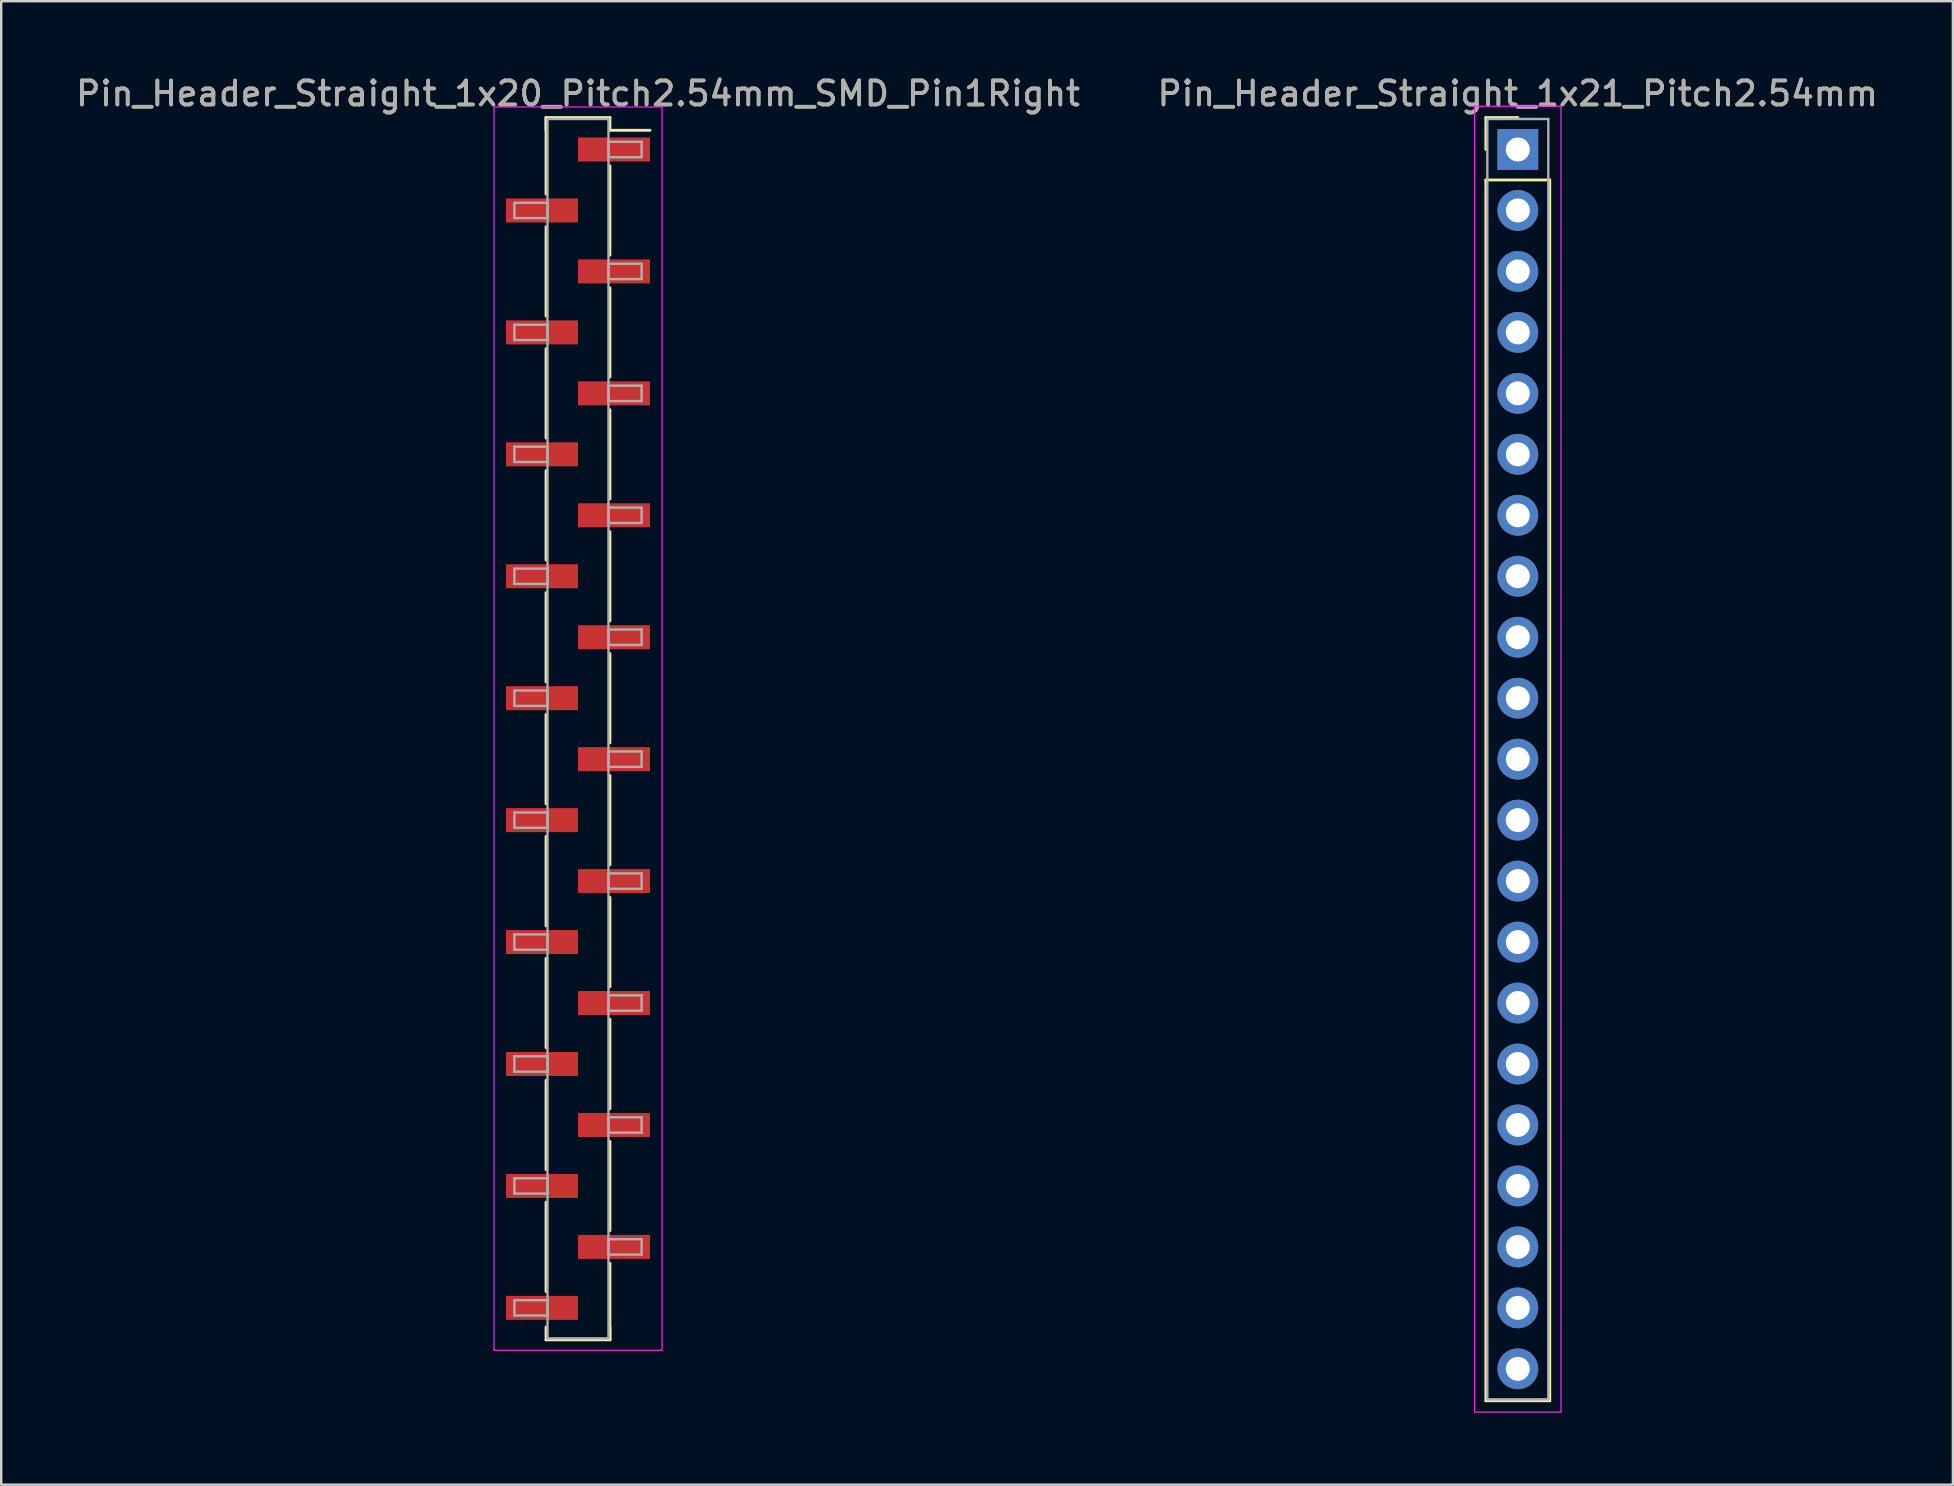
<source format=kicad_pcb>
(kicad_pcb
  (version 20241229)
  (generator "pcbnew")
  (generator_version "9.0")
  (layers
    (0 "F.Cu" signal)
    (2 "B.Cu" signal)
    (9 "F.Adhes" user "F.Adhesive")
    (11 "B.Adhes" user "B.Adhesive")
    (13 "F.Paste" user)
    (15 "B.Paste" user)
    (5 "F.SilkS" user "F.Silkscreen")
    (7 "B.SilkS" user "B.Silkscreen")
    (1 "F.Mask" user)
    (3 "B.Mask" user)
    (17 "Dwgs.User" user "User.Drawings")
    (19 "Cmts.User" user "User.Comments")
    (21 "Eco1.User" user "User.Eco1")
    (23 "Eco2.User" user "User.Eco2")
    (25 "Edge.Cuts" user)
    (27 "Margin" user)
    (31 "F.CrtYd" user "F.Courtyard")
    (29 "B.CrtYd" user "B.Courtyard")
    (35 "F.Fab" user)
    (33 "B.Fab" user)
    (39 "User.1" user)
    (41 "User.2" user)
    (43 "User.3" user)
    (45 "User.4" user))
  (footprint "Pin_Header_Straight_1x21_Pitch2.54mm"
    (layer "F.Cu")
    (at 60.185 3.178)
    (property "Reference" "Pin_Header_Straight_1x21_Pitch2.54mm" (at 0 -2.33 0) (layer "F.SilkS") (effects (font (size 1 1) (thickness 0.15))))
    (attr through_hole)
    (fp_line (start -1.33 -1.33) (end 0 -1.33) (stroke (width 0.12) (type solid)) (layer "F.SilkS"))
    (fp_line (start -1.33 0) (end -1.33 -1.33) (stroke (width 0.12) (type solid)) (layer "F.SilkS"))
    (fp_line (start -1.33 1.27) (end -1.33 52.13) (stroke (width 0.12) (type solid)) (layer "F.SilkS"))
    (fp_line (start -1.33 52.13) (end 1.33 52.13) (stroke (width 0.12) (type solid)) (layer "F.SilkS"))
    (fp_line (start 1.33 1.27) (end -1.33 1.27) (stroke (width 0.12) (type solid)) (layer "F.SilkS"))
    (fp_line (start 1.33 52.13) (end 1.33 1.27) (stroke (width 0.12) (type solid)) (layer "F.SilkS"))
    (fp_line (start -1.8 -1.8) (end -1.8 52.6) (stroke (width 0.05) (type solid)) (layer "F.CrtYd"))
    (fp_line (start -1.8 52.6) (end 1.8 52.6) (stroke (width 0.05) (type solid)) (layer "F.CrtYd"))
    (fp_line (start 1.8 -1.8) (end -1.8 -1.8) (stroke (width 0.05) (type solid)) (layer "F.CrtYd"))
    (fp_line (start 1.8 52.6) (end 1.8 -1.8) (stroke (width 0.05) (type solid)) (layer "F.CrtYd"))
    (fp_line (start -1.27 -1.27) (end -1.27 52.07) (stroke (width 0.1) (type solid)) (layer "F.Fab"))
    (fp_line (start -1.27 52.07) (end 1.27 52.07) (stroke (width 0.1) (type solid)) (layer "F.Fab"))
    (fp_line (start 1.27 -1.27) (end -1.27 -1.27) (stroke (width 0.1) (type solid)) (layer "F.Fab"))
    (fp_line (start 1.27 52.07) (end 1.27 -1.27) (stroke (width 0.1) (type solid)) (layer "F.Fab"))
    (fp_text user "${REFERENCE}" (at 0 -2.33 0) (layer "F.Fab") (effects (font (size 1 1) (thickness 0.15))))
    (pad "1" thru_hole rect (at 0 0) (size 1.7 1.7) (drill 1) (layers "*.Cu" "*.Mask"))
    (pad "2" thru_hole oval (at 0 2.54) (size 1.7 1.7) (drill 1) (layers "*.Cu" "*.Mask"))
    (pad "3" thru_hole oval (at 0 5.08) (size 1.7 1.7) (drill 1) (layers "*.Cu" "*.Mask"))
    (pad "4" thru_hole oval (at 0 7.62) (size 1.7 1.7) (drill 1) (layers "*.Cu" "*.Mask"))
    (pad "5" thru_hole oval (at 0 10.16) (size 1.7 1.7) (drill 1) (layers "*.Cu" "*.Mask"))
    (pad "6" thru_hole oval (at 0 12.7) (size 1.7 1.7) (drill 1) (layers "*.Cu" "*.Mask"))
    (pad "7" thru_hole oval (at 0 15.24) (size 1.7 1.7) (drill 1) (layers "*.Cu" "*.Mask"))
    (pad "8" thru_hole oval (at 0 17.78) (size 1.7 1.7) (drill 1) (layers "*.Cu" "*.Mask"))
    (pad "9" thru_hole oval (at 0 20.32) (size 1.7 1.7) (drill 1) (layers "*.Cu" "*.Mask"))
    (pad "10" thru_hole oval (at 0 22.86) (size 1.7 1.7) (drill 1) (layers "*.Cu" "*.Mask"))
    (pad "11" thru_hole oval (at 0 25.4) (size 1.7 1.7) (drill 1) (layers "*.Cu" "*.Mask"))
    (pad "12" thru_hole oval (at 0 27.94) (size 1.7 1.7) (drill 1) (layers "*.Cu" "*.Mask"))
    (pad "13" thru_hole oval (at 0 30.48) (size 1.7 1.7) (drill 1) (layers "*.Cu" "*.Mask"))
    (pad "14" thru_hole oval (at 0 33.02) (size 1.7 1.7) (drill 1) (layers "*.Cu" "*.Mask"))
    (pad "15" thru_hole oval (at 0 35.56) (size 1.7 1.7) (drill 1) (layers "*.Cu" "*.Mask"))
    (pad "16" thru_hole oval (at 0 38.1) (size 1.7 1.7) (drill 1) (layers "*.Cu" "*.Mask"))
    (pad "17" thru_hole oval (at 0 40.64) (size 1.7 1.7) (drill 1) (layers "*.Cu" "*.Mask"))
    (pad "18" thru_hole oval (at 0 43.18) (size 1.7 1.7) (drill 1) (layers "*.Cu" "*.Mask"))
    (pad "19" thru_hole oval (at 0 45.72) (size 1.7 1.7) (drill 1) (layers "*.Cu" "*.Mask"))
    (pad "20" thru_hole oval (at 0 48.26) (size 1.7 1.7) (drill 1) (layers "*.Cu" "*.Mask"))
    (pad "21" thru_hole oval (at 0 50.8) (size 1.7 1.7) (drill 1) (layers "*.Cu" "*.Mask")))
  (footprint "Pin_Header_Straight_1x20_Pitch2.54mm_SMD_Pin1Right"
    (layer "F.Cu")
    (at 21.03 27.308)
    (property "Reference" "Pin_Header_Straight_1x20_Pitch2.54mm_SMD_Pin1Right" (at 0 -26.46 0) (layer "F.SilkS") (effects (font (size 1 1) (thickness 0.15))))
    (attr smd)
    (fp_line (start -1.33 -25.46) (end -1.33 -22.27) (stroke (width 0.12) (type solid)) (layer "F.SilkS"))
    (fp_line (start -1.33 -25.46) (end 1.33 -25.46) (stroke (width 0.12) (type solid)) (layer "F.SilkS"))
    (fp_line (start -1.33 -24.93) (end -1.33 -25.46) (stroke (width 0.12) (type solid)) (layer "F.SilkS"))
    (fp_line (start -1.33 -20.91) (end -1.33 -17.19) (stroke (width 0.12) (type solid)) (layer "F.SilkS"))
    (fp_line (start -1.33 -15.83) (end -1.33 -12.11) (stroke (width 0.12) (type solid)) (layer "F.SilkS"))
    (fp_line (start -1.33 -10.75) (end -1.33 -7.03) (stroke (width 0.12) (type solid)) (layer "F.SilkS"))
    (fp_line (start -1.33 -5.67) (end -1.33 -1.95) (stroke (width 0.12) (type solid)) (layer "F.SilkS"))
    (fp_line (start -1.33 -0.59) (end -1.33 3.13) (stroke (width 0.12) (type solid)) (layer "F.SilkS"))
    (fp_line (start -1.33 4.49) (end -1.33 8.21) (stroke (width 0.12) (type solid)) (layer "F.SilkS"))
    (fp_line (start -1.33 9.57) (end -1.33 13.29) (stroke (width 0.12) (type solid)) (layer "F.SilkS"))
    (fp_line (start -1.33 14.65) (end -1.33 18.37) (stroke (width 0.12) (type solid)) (layer "F.SilkS"))
    (fp_line (start -1.33 19.73) (end -1.33 23.45) (stroke (width 0.12) (type solid)) (layer "F.SilkS"))
    (fp_line (start -1.33 24.93) (end -1.33 25.46) (stroke (width 0.12) (type solid)) (layer "F.SilkS"))
    (fp_line (start -1.33 25.46) (end 1.33 25.46) (stroke (width 0.12) (type solid)) (layer "F.SilkS"))
    (fp_line (start 1.33 -25.46) (end 1.33 -24.93) (stroke (width 0.12) (type solid)) (layer "F.SilkS"))
    (fp_line (start 1.33 -24.93) (end 3 -24.93) (stroke (width 0.12) (type solid)) (layer "F.SilkS"))
    (fp_line (start 1.33 -23.45) (end 1.33 -19.73) (stroke (width 0.12) (type solid)) (layer "F.SilkS"))
    (fp_line (start 1.33 -18.37) (end 1.33 -14.65) (stroke (width 0.12) (type solid)) (layer "F.SilkS"))
    (fp_line (start 1.33 -13.29) (end 1.33 -9.57) (stroke (width 0.12) (type solid)) (layer "F.SilkS"))
    (fp_line (start 1.33 -8.21) (end 1.33 -4.49) (stroke (width 0.12) (type solid)) (layer "F.SilkS"))
    (fp_line (start 1.33 -3.13) (end 1.33 0.59) (stroke (width 0.12) (type solid)) (layer "F.SilkS"))
    (fp_line (start 1.33 1.95) (end 1.33 5.67) (stroke (width 0.12) (type solid)) (layer "F.SilkS"))
    (fp_line (start 1.33 7.03) (end 1.33 10.75) (stroke (width 0.12) (type solid)) (layer "F.SilkS"))
    (fp_line (start 1.33 12.11) (end 1.33 15.83) (stroke (width 0.12) (type solid)) (layer "F.SilkS"))
    (fp_line (start 1.33 17.19) (end 1.33 20.91) (stroke (width 0.12) (type solid)) (layer "F.SilkS"))
    (fp_line (start 1.33 22.27) (end 1.33 25.46) (stroke (width 0.12) (type solid)) (layer "F.SilkS"))
    (fp_line (start 1.33 25.46) (end 1.33 24.93) (stroke (width 0.12) (type solid)) (layer "F.SilkS"))
    (fp_line (start -3.5 -25.9) (end -3.5 25.9) (stroke (width 0.05) (type solid)) (layer "F.CrtYd"))
    (fp_line (start -3.5 25.9) (end 3.5 25.9) (stroke (width 0.05) (type solid)) (layer "F.CrtYd"))
    (fp_line (start 3.5 -25.9) (end -3.5 -25.9) (stroke (width 0.05) (type solid)) (layer "F.CrtYd"))
    (fp_line (start 3.5 25.9) (end 3.5 -25.9) (stroke (width 0.05) (type solid)) (layer "F.CrtYd"))
    (fp_line (start -2.65 -21.91) (end -1.27 -21.91) (stroke (width 0.1) (type solid)) (layer "F.Fab"))
    (fp_line (start -2.65 -21.27) (end -2.65 -21.91) (stroke (width 0.1) (type solid)) (layer "F.Fab"))
    (fp_line (start -2.65 -16.83) (end -1.27 -16.83) (stroke (width 0.1) (type solid)) (layer "F.Fab"))
    (fp_line (start -2.65 -16.19) (end -2.65 -16.83) (stroke (width 0.1) (type solid)) (layer "F.Fab"))
    (fp_line (start -2.65 -11.75) (end -1.27 -11.75) (stroke (width 0.1) (type solid)) (layer "F.Fab"))
    (fp_line (start -2.65 -11.11) (end -2.65 -11.75) (stroke (width 0.1) (type solid)) (layer "F.Fab"))
    (fp_line (start -2.65 -6.67) (end -1.27 -6.67) (stroke (width 0.1) (type solid)) (layer "F.Fab"))
    (fp_line (start -2.65 -6.03) (end -2.65 -6.67) (stroke (width 0.1) (type solid)) (layer "F.Fab"))
    (fp_line (start -2.65 -1.59) (end -1.27 -1.59) (stroke (width 0.1) (type solid)) (layer "F.Fab"))
    (fp_line (start -2.65 -0.95) (end -2.65 -1.59) (stroke (width 0.1) (type solid)) (layer "F.Fab"))
    (fp_line (start -2.65 3.49) (end -1.27 3.49) (stroke (width 0.1) (type solid)) (layer "F.Fab"))
    (fp_line (start -2.65 4.13) (end -2.65 3.49) (stroke (width 0.1) (type solid)) (layer "F.Fab"))
    (fp_line (start -2.65 8.57) (end -1.27 8.57) (stroke (width 0.1) (type solid)) (layer "F.Fab"))
    (fp_line (start -2.65 9.21) (end -2.65 8.57) (stroke (width 0.1) (type solid)) (layer "F.Fab"))
    (fp_line (start -2.65 13.65) (end -1.27 13.65) (stroke (width 0.1) (type solid)) (layer "F.Fab"))
    (fp_line (start -2.65 14.29) (end -2.65 13.65) (stroke (width 0.1) (type solid)) (layer "F.Fab"))
    (fp_line (start -2.65 18.73) (end -1.27 18.73) (stroke (width 0.1) (type solid)) (layer "F.Fab"))
    (fp_line (start -2.65 19.37) (end -2.65 18.73) (stroke (width 0.1) (type solid)) (layer "F.Fab"))
    (fp_line (start -2.65 23.81) (end -1.27 23.81) (stroke (width 0.1) (type solid)) (layer "F.Fab"))
    (fp_line (start -2.65 24.45) (end -2.65 23.81) (stroke (width 0.1) (type solid)) (layer "F.Fab"))
    (fp_line (start -1.27 -25.4) (end -1.27 25.4) (stroke (width 0.1) (type solid)) (layer "F.Fab"))
    (fp_line (start -1.27 -21.91) (end -1.27 -21.27) (stroke (width 0.1) (type solid)) (layer "F.Fab"))
    (fp_line (start -1.27 -21.27) (end -2.65 -21.27) (stroke (width 0.1) (type solid)) (layer "F.Fab"))
    (fp_line (start -1.27 -16.83) (end -1.27 -16.19) (stroke (width 0.1) (type solid)) (layer "F.Fab"))
    (fp_line (start -1.27 -16.19) (end -2.65 -16.19) (stroke (width 0.1) (type solid)) (layer "F.Fab"))
    (fp_line (start -1.27 -11.75) (end -1.27 -11.11) (stroke (width 0.1) (type solid)) (layer "F.Fab"))
    (fp_line (start -1.27 -11.11) (end -2.65 -11.11) (stroke (width 0.1) (type solid)) (layer "F.Fab"))
    (fp_line (start -1.27 -6.67) (end -1.27 -6.03) (stroke (width 0.1) (type solid)) (layer "F.Fab"))
    (fp_line (start -1.27 -6.03) (end -2.65 -6.03) (stroke (width 0.1) (type solid)) (layer "F.Fab"))
    (fp_line (start -1.27 -1.59) (end -1.27 -0.95) (stroke (width 0.1) (type solid)) (layer "F.Fab"))
    (fp_line (start -1.27 -0.95) (end -2.65 -0.95) (stroke (width 0.1) (type solid)) (layer "F.Fab"))
    (fp_line (start -1.27 3.49) (end -1.27 4.13) (stroke (width 0.1) (type solid)) (layer "F.Fab"))
    (fp_line (start -1.27 4.13) (end -2.65 4.13) (stroke (width 0.1) (type solid)) (layer "F.Fab"))
    (fp_line (start -1.27 8.57) (end -1.27 9.21) (stroke (width 0.1) (type solid)) (layer "F.Fab"))
    (fp_line (start -1.27 9.21) (end -2.65 9.21) (stroke (width 0.1) (type solid)) (layer "F.Fab"))
    (fp_line (start -1.27 13.65) (end -1.27 14.29) (stroke (width 0.1) (type solid)) (layer "F.Fab"))
    (fp_line (start -1.27 14.29) (end -2.65 14.29) (stroke (width 0.1) (type solid)) (layer "F.Fab"))
    (fp_line (start -1.27 18.73) (end -1.27 19.37) (stroke (width 0.1) (type solid)) (layer "F.Fab"))
    (fp_line (start -1.27 19.37) (end -2.65 19.37) (stroke (width 0.1) (type solid)) (layer "F.Fab"))
    (fp_line (start -1.27 23.81) (end -1.27 24.45) (stroke (width 0.1) (type solid)) (layer "F.Fab"))
    (fp_line (start -1.27 24.45) (end -2.65 24.45) (stroke (width 0.1) (type solid)) (layer "F.Fab"))
    (fp_line (start -1.27 25.4) (end 1.27 25.4) (stroke (width 0.1) (type solid)) (layer "F.Fab"))
    (fp_line (start 1.27 -25.4) (end -1.27 -25.4) (stroke (width 0.1) (type solid)) (layer "F.Fab"))
    (fp_line (start 1.27 -24.45) (end 1.27 -23.81) (stroke (width 0.1) (type solid)) (layer "F.Fab"))
    (fp_line (start 1.27 -23.81) (end 2.65 -23.81) (stroke (width 0.1) (type solid)) (layer "F.Fab"))
    (fp_line (start 1.27 -19.37) (end 1.27 -18.73) (stroke (width 0.1) (type solid)) (layer "F.Fab"))
    (fp_line (start 1.27 -18.73) (end 2.65 -18.73) (stroke (width 0.1) (type solid)) (layer "F.Fab"))
    (fp_line (start 1.27 -14.29) (end 1.27 -13.65) (stroke (width 0.1) (type solid)) (layer "F.Fab"))
    (fp_line (start 1.27 -13.65) (end 2.65 -13.65) (stroke (width 0.1) (type solid)) (layer "F.Fab"))
    (fp_line (start 1.27 -9.21) (end 1.27 -8.57) (stroke (width 0.1) (type solid)) (layer "F.Fab"))
    (fp_line (start 1.27 -8.57) (end 2.65 -8.57) (stroke (width 0.1) (type solid)) (layer "F.Fab"))
    (fp_line (start 1.27 -4.13) (end 1.27 -3.49) (stroke (width 0.1) (type solid)) (layer "F.Fab"))
    (fp_line (start 1.27 -3.49) (end 2.65 -3.49) (stroke (width 0.1) (type solid)) (layer "F.Fab"))
    (fp_line (start 1.27 0.95) (end 1.27 1.59) (stroke (width 0.1) (type solid)) (layer "F.Fab"))
    (fp_line (start 1.27 1.59) (end 2.65 1.59) (stroke (width 0.1) (type solid)) (layer "F.Fab"))
    (fp_line (start 1.27 6.03) (end 1.27 6.67) (stroke (width 0.1) (type solid)) (layer "F.Fab"))
    (fp_line (start 1.27 6.67) (end 2.65 6.67) (stroke (width 0.1) (type solid)) (layer "F.Fab"))
    (fp_line (start 1.27 11.11) (end 1.27 11.75) (stroke (width 0.1) (type solid)) (layer "F.Fab"))
    (fp_line (start 1.27 11.75) (end 2.65 11.75) (stroke (width 0.1) (type solid)) (layer "F.Fab"))
    (fp_line (start 1.27 16.19) (end 1.27 16.83) (stroke (width 0.1) (type solid)) (layer "F.Fab"))
    (fp_line (start 1.27 16.83) (end 2.65 16.83) (stroke (width 0.1) (type solid)) (layer "F.Fab"))
    (fp_line (start 1.27 21.27) (end 1.27 21.91) (stroke (width 0.1) (type solid)) (layer "F.Fab"))
    (fp_line (start 1.27 21.91) (end 2.65 21.91) (stroke (width 0.1) (type solid)) (layer "F.Fab"))
    (fp_line (start 1.27 25.4) (end 1.27 -25.4) (stroke (width 0.1) (type solid)) (layer "F.Fab"))
    (fp_line (start 2.65 -24.45) (end 1.27 -24.45) (stroke (width 0.1) (type solid)) (layer "F.Fab"))
    (fp_line (start 2.65 -23.81) (end 2.65 -24.45) (stroke (width 0.1) (type solid)) (layer "F.Fab"))
    (fp_line (start 2.65 -19.37) (end 1.27 -19.37) (stroke (width 0.1) (type solid)) (layer "F.Fab"))
    (fp_line (start 2.65 -18.73) (end 2.65 -19.37) (stroke (width 0.1) (type solid)) (layer "F.Fab"))
    (fp_line (start 2.65 -14.29) (end 1.27 -14.29) (stroke (width 0.1) (type solid)) (layer "F.Fab"))
    (fp_line (start 2.65 -13.65) (end 2.65 -14.29) (stroke (width 0.1) (type solid)) (layer "F.Fab"))
    (fp_line (start 2.65 -9.21) (end 1.27 -9.21) (stroke (width 0.1) (type solid)) (layer "F.Fab"))
    (fp_line (start 2.65 -8.57) (end 2.65 -9.21) (stroke (width 0.1) (type solid)) (layer "F.Fab"))
    (fp_line (start 2.65 -4.13) (end 1.27 -4.13) (stroke (width 0.1) (type solid)) (layer "F.Fab"))
    (fp_line (start 2.65 -3.49) (end 2.65 -4.13) (stroke (width 0.1) (type solid)) (layer "F.Fab"))
    (fp_line (start 2.65 0.95) (end 1.27 0.95) (stroke (width 0.1) (type solid)) (layer "F.Fab"))
    (fp_line (start 2.65 1.59) (end 2.65 0.95) (stroke (width 0.1) (type solid)) (layer "F.Fab"))
    (fp_line (start 2.65 6.03) (end 1.27 6.03) (stroke (width 0.1) (type solid)) (layer "F.Fab"))
    (fp_line (start 2.65 6.67) (end 2.65 6.03) (stroke (width 0.1) (type solid)) (layer "F.Fab"))
    (fp_line (start 2.65 11.11) (end 1.27 11.11) (stroke (width 0.1) (type solid)) (layer "F.Fab"))
    (fp_line (start 2.65 11.75) (end 2.65 11.11) (stroke (width 0.1) (type solid)) (layer "F.Fab"))
    (fp_line (start 2.65 16.19) (end 1.27 16.19) (stroke (width 0.1) (type solid)) (layer "F.Fab"))
    (fp_line (start 2.65 16.83) (end 2.65 16.19) (stroke (width 0.1) (type solid)) (layer "F.Fab"))
    (fp_line (start 2.65 21.27) (end 1.27 21.27) (stroke (width 0.1) (type solid)) (layer "F.Fab"))
    (fp_line (start 2.65 21.91) (end 2.65 21.27) (stroke (width 0.1) (type solid)) (layer "F.Fab"))
    (fp_text user "${REFERENCE}" (at 0 -26.46 0) (layer "F.Fab") (effects (font (size 1 1) (thickness 0.15))))
    (pad "1" smd rect (at 1.5 -24.13) (size 3 1) (layers "F.Cu" "F.Mask" "F.Paste"))
    (pad "2" smd rect (at -1.5 -21.59) (size 3 1) (layers "F.Cu" "F.Mask" "F.Paste"))
    (pad "3" smd rect (at 1.5 -19.05) (size 3 1) (layers "F.Cu" "F.Mask" "F.Paste"))
    (pad "4" smd rect (at -1.5 -16.51) (size 3 1) (layers "F.Cu" "F.Mask" "F.Paste"))
    (pad "5" smd rect (at 1.5 -13.97) (size 3 1) (layers "F.Cu" "F.Mask" "F.Paste"))
    (pad "6" smd rect (at -1.5 -11.43) (size 3 1) (layers "F.Cu" "F.Mask" "F.Paste"))
    (pad "7" smd rect (at 1.5 -8.89) (size 3 1) (layers "F.Cu" "F.Mask" "F.Paste"))
    (pad "8" smd rect (at -1.5 -6.35) (size 3 1) (layers "F.Cu" "F.Mask" "F.Paste"))
    (pad "9" smd rect (at 1.5 -3.81) (size 3 1) (layers "F.Cu" "F.Mask" "F.Paste"))
    (pad "10" smd rect (at -1.5 -1.27) (size 3 1) (layers "F.Cu" "F.Mask" "F.Paste"))
    (pad "11" smd rect (at 1.5 1.27) (size 3 1) (layers "F.Cu" "F.Mask" "F.Paste"))
    (pad "12" smd rect (at -1.5 3.81) (size 3 1) (layers "F.Cu" "F.Mask" "F.Paste"))
    (pad "13" smd rect (at 1.5 6.35) (size 3 1) (layers "F.Cu" "F.Mask" "F.Paste"))
    (pad "14" smd rect (at -1.5 8.89) (size 3 1) (layers "F.Cu" "F.Mask" "F.Paste"))
    (pad "15" smd rect (at 1.5 11.43) (size 3 1) (layers "F.Cu" "F.Mask" "F.Paste"))
    (pad "16" smd rect (at -1.5 13.97) (size 3 1) (layers "F.Cu" "F.Mask" "F.Paste"))
    (pad "17" smd rect (at 1.5 16.51) (size 3 1) (layers "F.Cu" "F.Mask" "F.Paste"))
    (pad "18" smd rect (at -1.5 19.05) (size 3 1) (layers "F.Cu" "F.Mask" "F.Paste"))
    (pad "19" smd rect (at 1.5 21.59) (size 3 1) (layers "F.Cu" "F.Mask" "F.Paste"))
    (pad "20" smd rect (at -1.5 24.13) (size 3 1) (layers "F.Cu" "F.Mask" "F.Paste")))
  (gr_rect
    (start -3 -3)
    (end 78.31 58.803)
    (stroke (width 0.1) (type default))
    (fill no)
    (layer "Edge.Cuts")))
</source>
